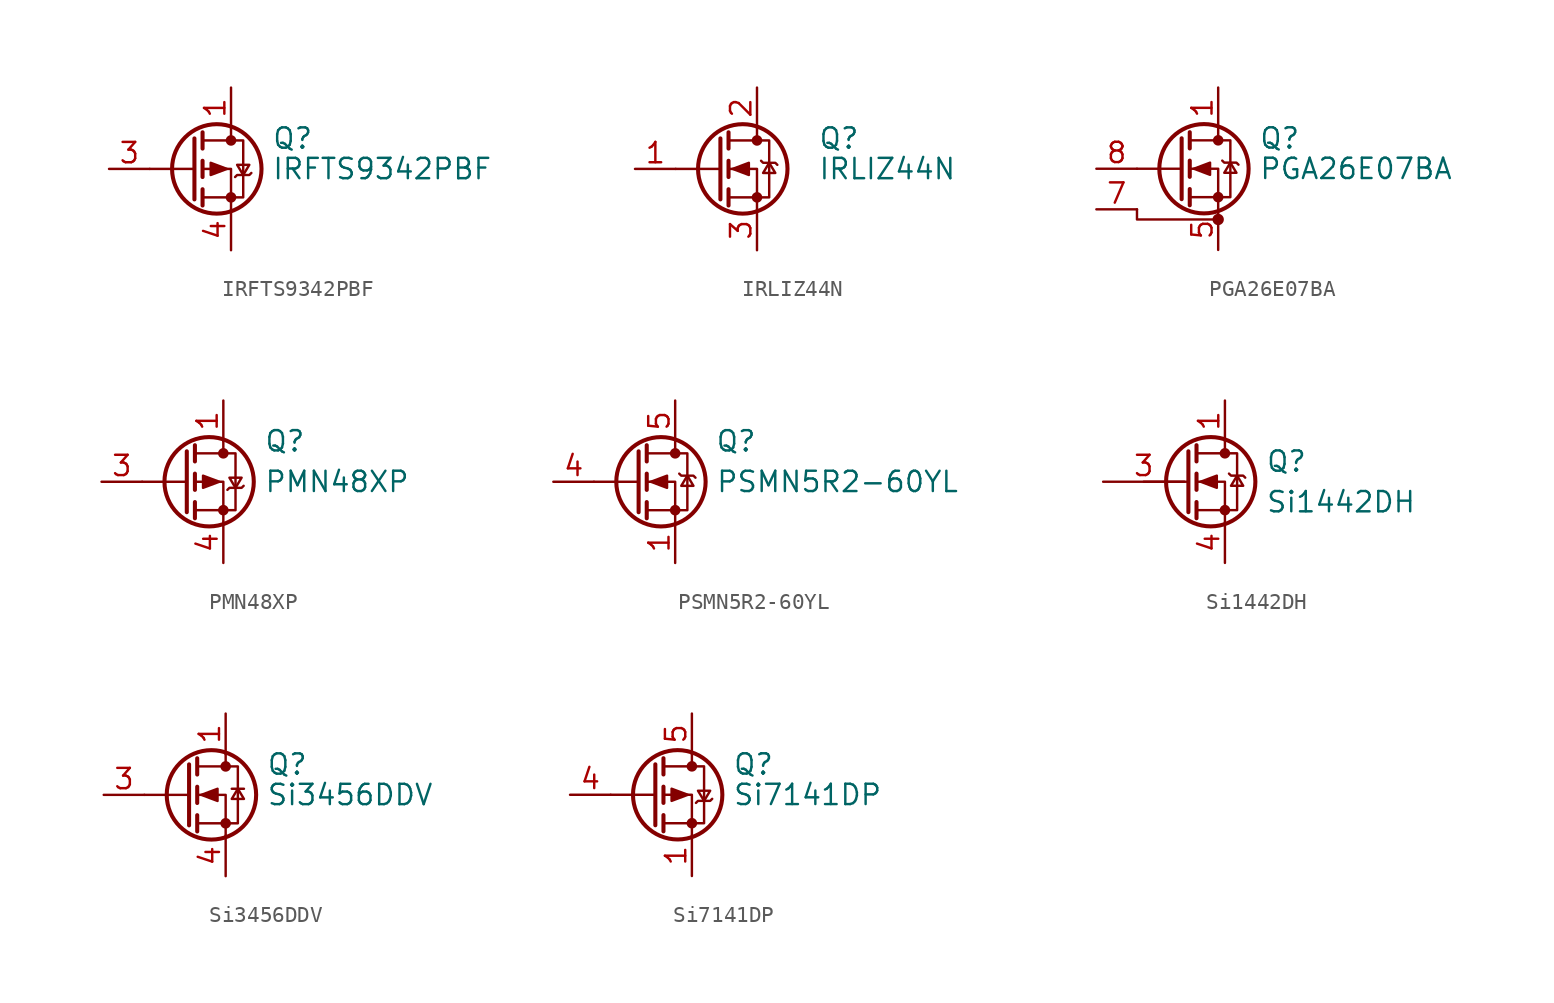
<source format=kicad_sym>
(kicad_symbol_lib
  (version 20210619)
  (generator kicad_symbol_editor)
  (symbol "Transistor_FET:IRFTS9342PBF"
    (pin_names hide)
    (property "Reference" "Q"
      (at 5.08 1.905 0)
      (effects (font (size 1.27 1.27)) (justify left)))
    (property "Value" "IRFTS9342PBF"
      (at 5.08 0 0)
      (effects (font (size 1.27 1.27)) (justify left)))
    (symbol "IRFTS9342PBF_0_1"
      (circle (center 1.651 0) (radius 2.794) (stroke (width 0.254)) (fill (type none)))
      (circle (center 2.54 -1.778) (radius 0.254) (stroke (width 0)) (fill (type outline)))
      (circle (center 2.54 1.778) (radius 0.254) (stroke (width 0)) (fill (type outline)))
      (polyline (pts (xy 0.254 0) (xy -2.54 0)) (stroke (width 0)) (fill (type none)))
      (polyline (pts (xy 0.254 1.905) (xy 0.254 -1.905)) (stroke (width 0.254)) (fill (type none)))
      (polyline (pts (xy 0.762 -1.27) (xy 0.762 -2.286)) (stroke (width 0.254)) (fill (type none)))
      (polyline (pts (xy 0.762 0.508) (xy 0.762 -0.508)) (stroke (width 0.254)) (fill (type none)))
      (polyline (pts (xy 0.762 2.286) (xy 0.762 1.27)) (stroke (width 0.254)) (fill (type none)))
      (polyline (pts (xy 2.54 2.54) (xy 2.54 1.778)) (stroke (width 0)) (fill (type none)))
      (polyline (pts (xy 2.54 -2.54) (xy 2.54 0) (xy 0.762 0)) (stroke (width 0)) (fill (type none)))
      (polyline (pts (xy 0.762 1.778) (xy 3.302 1.778) (xy 3.302 -1.778) (xy 0.762 -1.778)) (stroke (width 0)) (fill (type none)))
      (polyline (pts (xy 2.794 -0.508) (xy 2.921 -0.381) (xy 3.683 -0.381) (xy 3.81 -0.254)) (stroke (width 0)) (fill (type none)))
      (polyline (pts (xy 3.302 -0.381) (xy 2.921 0.254) (xy 3.683 0.254) (xy 3.302 -0.381)) (stroke (width 0)) (fill (type none)))
      (polyline (pts (xy 2.286 0) (xy 1.27 0.381) (xy 1.27 -0.381) (xy 2.286 0)) (stroke (width 0)) (fill (type outline))))
    (symbol "IRFTS9342PBF_1_1"
      (pin passive line (at 2.54 5.08 270) (length 2.54) (name "D" (effects (font (size 1.27 1.27)))) (number "1" (effects (font (size 1.27 1.27)))))
      (pin passive line (at 2.54 5.08 270) (length 2.54) hide (name "D" (effects (font (size 1.27 1.27)))) (number "2" (effects (font (size 1.27 1.27)))))
      (pin input line (at -5.08 0 0) (length 2.54) (name "G" (effects (font (size 1.27 1.27)))) (number "3" (effects (font (size 1.27 1.27)))))
      (pin passive line (at 2.54 -5.08 90) (length 2.54) (name "S" (effects (font (size 1.27 1.27)))) (number "4" (effects (font (size 1.27 1.27)))))
      (pin passive line (at 2.54 5.08 270) (length 2.54) hide (name "D" (effects (font (size 1.27 1.27)))) (number "5" (effects (font (size 1.27 1.27)))))
      (pin passive line (at 2.54 5.08 270) (length 2.54) hide (name "D" (effects (font (size 1.27 1.27)))) (number "6" (effects (font (size 1.27 1.27)))))))
  (symbol "Transistor_FET:IRLIZ44N"
    (pin_names hide)
    (property "Reference" "Q"
      (at 6.35 1.905 0)
      (effects (font (size 1.27 1.27)) (justify left)))
    (property "Value" "IRLIZ44N"
      (at 6.35 0 0)
      (effects (font (size 1.27 1.27)) (justify left)))
    (symbol "IRLIZ44N_0_1"
      (circle (center 1.651 0) (radius 2.794) (stroke (width 0.254)) (fill (type none)))
      (circle (center 2.54 -1.778) (radius 0.254) (stroke (width 0)) (fill (type outline)))
      (circle (center 2.54 1.778) (radius 0.254) (stroke (width 0)) (fill (type outline)))
      (polyline (pts (xy 0.254 0) (xy -2.54 0)) (stroke (width 0)) (fill (type none)))
      (polyline (pts (xy 0.254 1.905) (xy 0.254 -1.905)) (stroke (width 0.254)) (fill (type none)))
      (polyline (pts (xy 0.762 -1.27) (xy 0.762 -2.286)) (stroke (width 0.254)) (fill (type none)))
      (polyline (pts (xy 0.762 0.508) (xy 0.762 -0.508)) (stroke (width 0.254)) (fill (type none)))
      (polyline (pts (xy 0.762 2.286) (xy 0.762 1.27)) (stroke (width 0.254)) (fill (type none)))
      (polyline (pts (xy 2.54 2.54) (xy 2.54 1.778)) (stroke (width 0)) (fill (type none)))
      (polyline (pts (xy 2.54 -2.54) (xy 2.54 0) (xy 0.762 0)) (stroke (width 0)) (fill (type none)))
      (polyline (pts (xy 0.762 -1.778) (xy 3.302 -1.778) (xy 3.302 1.778) (xy 0.762 1.778)) (stroke (width 0)) (fill (type none)))
      (polyline (pts (xy 2.794 0.508) (xy 2.921 0.381) (xy 3.683 0.381) (xy 3.81 0.254)) (stroke (width 0)) (fill (type none)))
      (polyline (pts (xy 3.302 0.381) (xy 2.921 -0.254) (xy 3.683 -0.254) (xy 3.302 0.381)) (stroke (width 0)) (fill (type none)))
      (polyline (pts (xy 1.016 0) (xy 2.032 0.381) (xy 2.032 -0.381) (xy 1.016 0)) (stroke (width 0)) (fill (type outline))))
    (symbol "IRLIZ44N_1_1"
      (pin input line (at -5.08 0 0) (length 2.54) (name "G" (effects (font (size 1.27 1.27)))) (number "1" (effects (font (size 1.27 1.27)))))
      (pin passive line (at 2.54 5.08 270) (length 2.54) (name "D" (effects (font (size 1.27 1.27)))) (number "2" (effects (font (size 1.27 1.27)))))
      (pin passive line (at 2.54 -5.08 90) (length 2.54) (name "S" (effects (font (size 1.27 1.27)))) (number "3" (effects (font (size 1.27 1.27)))))))
  (symbol "Transistor_FET:PGA26E07BA"
    (pin_names hide)
    (property "Reference" "Q"
      (at 5.08 1.905 0)
      (effects (font (size 1.27 1.27)) (justify left)))
    (property "Value" "PGA26E07BA"
      (at 5.08 0 0)
      (effects (font (size 1.27 1.27)) (justify left)))
    (symbol "PGA26E07BA_0_1"
      (circle (center 1.651 0) (radius 2.794) (stroke (width 0.254)) (fill (type none)))
      (circle (center 2.54 -3.175) (radius 0.279) (stroke (width 0)) (fill (type outline)))
      (circle (center 2.54 -1.778) (radius 0.254) (stroke (width 0)) (fill (type outline)))
      (circle (center 2.54 1.778) (radius 0.254) (stroke (width 0)) (fill (type outline)))
      (polyline (pts (xy 0.254 0) (xy -2.54 0)) (stroke (width 0)) (fill (type none)))
      (polyline (pts (xy 0.254 1.905) (xy 0.254 -1.905)) (stroke (width 0.254)) (fill (type none)))
      (polyline (pts (xy 0.762 -1.27) (xy 0.762 -2.286)) (stroke (width 0.254)) (fill (type none)))
      (polyline (pts (xy 0.762 0.508) (xy 0.762 -0.508)) (stroke (width 0.254)) (fill (type none)))
      (polyline (pts (xy 0.762 2.286) (xy 0.762 1.27)) (stroke (width 0.254)) (fill (type none)))
      (polyline (pts (xy 2.54 2.54) (xy 2.54 1.778)) (stroke (width 0)) (fill (type none)))
      (polyline (pts (xy -2.54 -2.54) (xy -2.54 -3.175) (xy 2.54 -3.175)) (stroke (width 0)) (fill (type none)))
      (polyline (pts (xy 2.54 -2.54) (xy 2.54 0) (xy 0.762 0)) (stroke (width 0)) (fill (type none)))
      (polyline (pts (xy 0.762 -1.778) (xy 3.302 -1.778) (xy 3.302 1.778) (xy 0.762 1.778)) (stroke (width 0)) (fill (type none)))
      (polyline (pts (xy 2.794 0.508) (xy 2.921 0.381) (xy 3.683 0.381) (xy 3.81 0.254)) (stroke (width 0)) (fill (type none)))
      (polyline (pts (xy 3.302 0.381) (xy 2.921 -0.254) (xy 3.683 -0.254) (xy 3.302 0.381)) (stroke (width 0)) (fill (type none)))
      (polyline (pts (xy 1.016 0) (xy 2.032 0.381) (xy 2.032 -0.381) (xy 1.016 0)) (stroke (width 0)) (fill (type outline))))
    (symbol "PGA26E07BA_1_1"
      (pin passive line (at 2.54 5.08 270) (length 2.54) (name "D" (effects (font (size 1.27 1.27)))) (number "1" (effects (font (size 1.27 1.27)))))
      (pin passive line (at 2.54 5.08 270) (length 2.54) hide (name "D" (effects (font (size 1.27 1.27)))) (number "2" (effects (font (size 1.27 1.27)))))
      (pin passive line (at 2.54 5.08 270) (length 2.54) hide (name "D" (effects (font (size 1.27 1.27)))) (number "3" (effects (font (size 1.27 1.27)))))
      (pin passive line (at 2.54 5.08 270) (length 2.54) hide (name "D" (effects (font (size 1.27 1.27)))) (number "4" (effects (font (size 1.27 1.27)))))
      (pin passive line (at 2.54 -5.08 90) (length 2.54) (name "S2" (effects (font (size 1.27 1.27)))) (number "5" (effects (font (size 1.27 1.27)))))
      (pin passive line (at 2.54 -5.08 90) (length 2.54) hide (name "S2" (effects (font (size 1.27 1.27)))) (number "6" (effects (font (size 1.27 1.27)))))
      (pin passive line (at -5.08 -2.54 0) (length 2.54) (name "S1" (effects (font (size 1.27 1.27)))) (number "7" (effects (font (size 1.27 1.27)))))
      (pin input line (at -5.08 0 0) (length 2.54) (name "G" (effects (font (size 1.27 1.27)))) (number "8" (effects (font (size 1.27 1.27)))))
      (pin passive line (at 2.54 -5.08 90) (length 2.54) hide (name "S2" (effects (font (size 1.27 1.27)))) (number "9" (effects (font (size 1.27 1.27)))))))
  (symbol "Transistor_FET:PMN48XP"
    (pin_names hide)
    (property "Reference" "Q"
      (at 5.08 2.54 0)
      (effects (font (size 1.27 1.27)) (justify left)))
    (property "Value" "PMN48XP"
      (at 5.08 0 0)
      (effects (font (size 1.27 1.27)) (justify left)))
    (symbol "PMN48XP_0_1"
      (circle (center 1.651 0) (radius 2.794) (stroke (width 0.254)) (fill (type none)))
      (circle (center 2.54 -1.778) (radius 0.254) (stroke (width 0)) (fill (type outline)))
      (circle (center 2.54 1.778) (radius 0.254) (stroke (width 0)) (fill (type outline)))
      (polyline (pts (xy 0.254 0) (xy -2.54 0)) (stroke (width 0)) (fill (type none)))
      (polyline (pts (xy 0.254 1.905) (xy 0.254 -1.905)) (stroke (width 0.254)) (fill (type none)))
      (polyline (pts (xy 0.762 -1.27) (xy 0.762 -2.286)) (stroke (width 0.254)) (fill (type none)))
      (polyline (pts (xy 0.762 0.508) (xy 0.762 -0.508)) (stroke (width 0.254)) (fill (type none)))
      (polyline (pts (xy 0.762 2.286) (xy 0.762 1.27)) (stroke (width 0.254)) (fill (type none)))
      (polyline (pts (xy 2.54 2.54) (xy 2.54 1.778)) (stroke (width 0)) (fill (type none)))
      (polyline (pts (xy 2.54 -2.54) (xy 2.54 0) (xy 0.762 0)) (stroke (width 0)) (fill (type none)))
      (polyline (pts (xy 0.762 1.778) (xy 3.302 1.778) (xy 3.302 -1.778) (xy 0.762 -1.778)) (stroke (width 0)) (fill (type none)))
      (polyline (pts (xy 2.794 -0.508) (xy 2.921 -0.381) (xy 3.683 -0.381) (xy 3.81 -0.254)) (stroke (width 0)) (fill (type none)))
      (polyline (pts (xy 3.302 -0.381) (xy 2.921 0.254) (xy 3.683 0.254) (xy 3.302 -0.381)) (stroke (width 0)) (fill (type none)))
      (polyline (pts (xy 2.286 0) (xy 1.27 0.381) (xy 1.27 -0.381) (xy 2.286 0)) (stroke (width 0)) (fill (type outline))))
    (symbol "PMN48XP_1_1"
      (pin passive line (at 2.54 5.08 270) (length 2.54) (name "D" (effects (font (size 1.27 1.27)))) (number "1" (effects (font (size 1.27 1.27)))))
      (pin passive line (at 2.54 5.08 270) (length 2.54) hide (name "D" (effects (font (size 1.27 1.27)))) (number "2" (effects (font (size 1.27 1.27)))))
      (pin passive line (at -5.08 0 0) (length 2.54) (name "G" (effects (font (size 1.27 1.27)))) (number "3" (effects (font (size 1.27 1.27)))))
      (pin passive line (at 2.54 -5.08 90) (length 2.54) (name "S" (effects (font (size 1.27 1.27)))) (number "4" (effects (font (size 1.27 1.27)))))
      (pin passive line (at 2.54 5.08 270) (length 2.54) hide (name "D" (effects (font (size 1.27 1.27)))) (number "5" (effects (font (size 1.27 1.27)))))
      (pin passive line (at 2.54 5.08 270) (length 2.54) hide (name "D" (effects (font (size 1.27 1.27)))) (number "6" (effects (font (size 1.27 1.27)))))))
  (symbol "Transistor_FET:PSMN5R2-60YL"
    (pin_names hide)
    (property "Reference" "Q"
      (at 6.35 2.54 0)
      (effects (font (size 1.27 1.27))))
    (property "Value" "PSMN5R2-60YL"
      (at 12.7 0 0)
      (effects (font (size 1.27 1.27))))
    (symbol "PSMN5R2-60YL_0_1"
      (circle (center 1.651 0) (radius 2.794) (stroke (width 0.254)) (fill (type none)))
      (circle (center 2.54 -1.778) (radius 0.254) (stroke (width 0)) (fill (type outline)))
      (circle (center 2.54 1.778) (radius 0.254) (stroke (width 0)) (fill (type outline)))
      (polyline (pts (xy 0.254 0) (xy -2.54 0)) (stroke (width 0)) (fill (type none)))
      (polyline (pts (xy 0.254 1.905) (xy 0.254 -1.905)) (stroke (width 0.254)) (fill (type none)))
      (polyline (pts (xy 0.762 -1.27) (xy 0.762 -2.286)) (stroke (width 0.254)) (fill (type none)))
      (polyline (pts (xy 0.762 0.508) (xy 0.762 -0.508)) (stroke (width 0.254)) (fill (type none)))
      (polyline (pts (xy 0.762 2.286) (xy 0.762 1.27)) (stroke (width 0.254)) (fill (type none)))
      (polyline (pts (xy 2.54 2.54) (xy 2.54 1.778)) (stroke (width 0)) (fill (type none)))
      (polyline (pts (xy 2.54 -2.54) (xy 2.54 0) (xy 0.762 0)) (stroke (width 0)) (fill (type none)))
      (polyline (pts (xy 0.762 -1.778) (xy 3.302 -1.778) (xy 3.302 1.778) (xy 0.762 1.778)) (stroke (width 0)) (fill (type none)))
      (polyline (pts (xy 2.794 0.508) (xy 2.921 0.381) (xy 3.683 0.381) (xy 3.81 0.254)) (stroke (width 0)) (fill (type none)))
      (polyline (pts (xy 3.302 0.381) (xy 2.921 -0.254) (xy 3.683 -0.254) (xy 3.302 0.381)) (stroke (width 0)) (fill (type none)))
      (polyline (pts (xy 1.016 0) (xy 2.032 0.381) (xy 2.032 -0.381) (xy 1.016 0)) (stroke (width 0)) (fill (type outline))))
    (symbol "PSMN5R2-60YL_1_1"
      (pin passive line (at 2.54 -5.08 90) (length 2.54) (name "S" (effects (font (size 1.27 1.27)))) (number "1" (effects (font (size 1.27 1.27)))))
      (pin passive line (at 2.54 -5.08 90) (length 2.54) hide (name "S" (effects (font (size 1.27 1.27)))) (number "2" (effects (font (size 1.27 1.27)))))
      (pin passive line (at 2.54 -5.08 90) (length 2.54) hide (name "S" (effects (font (size 1.27 1.27)))) (number "3" (effects (font (size 1.27 1.27)))))
      (pin passive line (at -5.08 0 0) (length 2.54) (name "G" (effects (font (size 1.27 1.27)))) (number "4" (effects (font (size 1.27 1.27)))))
      (pin passive line (at 2.54 5.08 270) (length 2.54) (name "D" (effects (font (size 1.27 1.27)))) (number "5" (effects (font (size 1.27 1.27)))))))
  (symbol "Transistor_FET:Si1442DH"
    (pin_names hide)
    (property "Reference" "Q"
      (at 5.08 1.27 0)
      (effects (font (size 1.27 1.27)) (justify left)))
    (property "Value" "Si1442DH"
      (at 5.08 -1.27 0)
      (effects (font (size 1.27 1.27)) (justify left)))
    (symbol "Si1442DH_0_1"
      (circle (center 1.651 0) (radius 2.794) (stroke (width 0.254)) (fill (type none)))
      (circle (center 2.54 -1.778) (radius 0.254) (stroke (width 0)) (fill (type outline)))
      (circle (center 2.54 1.778) (radius 0.254) (stroke (width 0)) (fill (type outline)))
      (polyline (pts (xy 0.254 0) (xy -2.54 0)) (stroke (width 0)) (fill (type none)))
      (polyline (pts (xy 0.254 1.905) (xy 0.254 -1.905)) (stroke (width 0.254)) (fill (type none)))
      (polyline (pts (xy 0.762 -1.27) (xy 0.762 -2.286)) (stroke (width 0.254)) (fill (type none)))
      (polyline (pts (xy 0.762 0.508) (xy 0.762 -0.508)) (stroke (width 0.254)) (fill (type none)))
      (polyline (pts (xy 0.762 2.286) (xy 0.762 1.27)) (stroke (width 0.254)) (fill (type none)))
      (polyline (pts (xy 2.54 2.54) (xy 2.54 1.778)) (stroke (width 0)) (fill (type none)))
      (polyline (pts (xy 2.54 -2.54) (xy 2.54 0) (xy 0.762 0)) (stroke (width 0)) (fill (type none)))
      (polyline (pts (xy 0.762 -1.778) (xy 3.302 -1.778) (xy 3.302 1.778) (xy 0.762 1.778)) (stroke (width 0)) (fill (type none)))
      (polyline (pts (xy 2.794 0.508) (xy 2.921 0.381) (xy 3.683 0.381) (xy 3.81 0.254)) (stroke (width 0)) (fill (type none)))
      (polyline (pts (xy 3.302 0.381) (xy 2.921 -0.254) (xy 3.683 -0.254) (xy 3.302 0.381)) (stroke (width 0)) (fill (type none)))
      (polyline (pts (xy 1.016 0) (xy 2.032 0.381) (xy 2.032 -0.381) (xy 1.016 0)) (stroke (width 0)) (fill (type outline))))
    (symbol "Si1442DH_1_1"
      (pin passive line (at 2.54 5.08 270) (length 2.54) (name "D" (effects (font (size 1.27 1.27)))) (number "1" (effects (font (size 1.27 1.27)))))
      (pin passive line (at 2.54 5.08 270) (length 2.54) hide (name "D" (effects (font (size 1.27 1.27)))) (number "2" (effects (font (size 1.27 1.27)))))
      (pin input line (at -5.08 0 0) (length 5.08) (name "G" (effects (font (size 1.27 1.27)))) (number "3" (effects (font (size 1.27 1.27)))))
      (pin passive line (at 2.54 -5.08 90) (length 2.54) (name "S" (effects (font (size 1.27 1.27)))) (number "4" (effects (font (size 1.27 1.27)))))
      (pin passive line (at 2.54 5.08 270) (length 2.54) hide (name "D" (effects (font (size 1.27 1.27)))) (number "5" (effects (font (size 1.27 1.27)))))
      (pin passive line (at 2.54 5.08 270) (length 2.54) hide (name "D" (effects (font (size 1.27 1.27)))) (number "6" (effects (font (size 1.27 1.27)))))))
  (symbol "Transistor_FET:Si3456DDV"
    (pin_names hide)
    (property "Reference" "Q"
      (at 5.08 1.905 0)
      (effects (font (size 1.27 1.27)) (justify left)))
    (property "Value" "Si3456DDV"
      (at 5.08 0 0)
      (effects (font (size 1.27 1.27)) (justify left)))
    (symbol "Si3456DDV_0_1"
      (circle (center 1.651 0) (radius 2.794) (stroke (width 0.254)) (fill (type none)))
      (circle (center 2.54 -1.778) (radius 0.254) (stroke (width 0)) (fill (type outline)))
      (circle (center 2.54 1.778) (radius 0.254) (stroke (width 0)) (fill (type outline)))
      (polyline (pts (xy 0.254 0) (xy -2.54 0)) (stroke (width 0)) (fill (type none)))
      (polyline (pts (xy 0.254 1.905) (xy 0.254 -1.905)) (stroke (width 0.254)) (fill (type none)))
      (polyline (pts (xy 0.762 -1.27) (xy 0.762 -2.286)) (stroke (width 0.254)) (fill (type none)))
      (polyline (pts (xy 0.762 0.508) (xy 0.762 -0.508)) (stroke (width 0.254)) (fill (type none)))
      (polyline (pts (xy 0.762 2.286) (xy 0.762 1.27)) (stroke (width 0.254)) (fill (type none)))
      (polyline (pts (xy 2.54 2.54) (xy 2.54 1.778)) (stroke (width 0)) (fill (type none)))
      (polyline (pts (xy 2.921 0.381) (xy 3.683 0.381)) (stroke (width 0)) (fill (type none)))
      (polyline (pts (xy 2.54 -2.54) (xy 2.54 0) (xy 0.762 0)) (stroke (width 0)) (fill (type none)))
      (polyline (pts (xy 0.762 -1.778) (xy 3.302 -1.778) (xy 3.302 1.778) (xy 0.762 1.778)) (stroke (width 0)) (fill (type none)))
      (polyline (pts (xy 3.302 0.381) (xy 2.921 -0.254) (xy 3.683 -0.254) (xy 3.302 0.381)) (stroke (width 0)) (fill (type none)))
      (polyline (pts (xy 1.016 0) (xy 2.032 0.381) (xy 2.032 -0.381) (xy 1.016 0)) (stroke (width 0)) (fill (type outline))))
    (symbol "Si3456DDV_1_1"
      (pin passive line (at 2.54 5.08 270) (length 2.54) (name "D" (effects (font (size 1.27 1.27)))) (number "1" (effects (font (size 1.27 1.27)))))
      (pin passive line (at 2.54 5.08 270) (length 2.54) hide (name "D" (effects (font (size 1.27 1.27)))) (number "2" (effects (font (size 1.27 1.27)))))
      (pin input line (at -5.08 0 0) (length 2.54) (name "G" (effects (font (size 1.27 1.27)))) (number "3" (effects (font (size 1.27 1.27)))))
      (pin passive line (at 2.54 -5.08 90) (length 2.54) (name "S" (effects (font (size 1.27 1.27)))) (number "4" (effects (font (size 1.27 1.27)))))
      (pin passive line (at 2.54 5.08 270) (length 2.54) hide (name "D" (effects (font (size 1.27 1.27)))) (number "5" (effects (font (size 1.27 1.27)))))
      (pin passive line (at 2.54 5.08 270) (length 2.54) hide (name "D" (effects (font (size 1.27 1.27)))) (number "6" (effects (font (size 1.27 1.27)))))))
  (symbol "Transistor_FET:Si7141DP"
    (pin_names hide)
    (property "Reference" "Q"
      (at 5.08 1.905 0)
      (effects (font (size 1.27 1.27)) (justify left)))
    (property "Value" "Si7141DP"
      (at 5.08 0 0)
      (effects (font (size 1.27 1.27)) (justify left)))
    (symbol "Si7141DP_0_1"
      (circle (center 1.651 0) (radius 2.794) (stroke (width 0.254)) (fill (type none)))
      (circle (center 2.54 -1.778) (radius 0.254) (stroke (width 0)) (fill (type outline)))
      (circle (center 2.54 1.778) (radius 0.254) (stroke (width 0)) (fill (type outline)))
      (polyline (pts (xy 0.254 0) (xy -2.54 0)) (stroke (width 0)) (fill (type none)))
      (polyline (pts (xy 0.254 1.905) (xy 0.254 -1.905)) (stroke (width 0.254)) (fill (type none)))
      (polyline (pts (xy 0.762 -1.27) (xy 0.762 -2.286)) (stroke (width 0.254)) (fill (type none)))
      (polyline (pts (xy 0.762 0.508) (xy 0.762 -0.508)) (stroke (width 0.254)) (fill (type none)))
      (polyline (pts (xy 0.762 2.286) (xy 0.762 1.27)) (stroke (width 0.254)) (fill (type none)))
      (polyline (pts (xy 2.54 2.54) (xy 2.54 1.778)) (stroke (width 0)) (fill (type none)))
      (polyline (pts (xy 2.54 -2.54) (xy 2.54 0) (xy 0.762 0)) (stroke (width 0)) (fill (type none)))
      (polyline (pts (xy 0.762 1.778) (xy 3.302 1.778) (xy 3.302 -1.778) (xy 0.762 -1.778)) (stroke (width 0)) (fill (type none)))
      (polyline (pts (xy 2.794 -0.508) (xy 2.921 -0.381) (xy 3.683 -0.381) (xy 3.81 -0.254)) (stroke (width 0)) (fill (type none)))
      (polyline (pts (xy 3.302 -0.381) (xy 2.921 0.254) (xy 3.683 0.254) (xy 3.302 -0.381)) (stroke (width 0)) (fill (type none)))
      (polyline (pts (xy 2.286 0) (xy 1.27 0.381) (xy 1.27 -0.381) (xy 2.286 0)) (stroke (width 0)) (fill (type outline))))
    (symbol "Si7141DP_1_1"
      (pin passive line (at 2.54 -5.08 90) (length 2.54) (name "S" (effects (font (size 1.27 1.27)))) (number "1" (effects (font (size 1.27 1.27)))))
      (pin passive line (at 2.54 -5.08 90) (length 2.54) hide (name "S" (effects (font (size 1.27 1.27)))) (number "2" (effects (font (size 1.27 1.27)))))
      (pin passive line (at 2.54 -5.08 90) (length 2.54) hide (name "S" (effects (font (size 1.27 1.27)))) (number "3" (effects (font (size 1.27 1.27)))))
      (pin input line (at -5.08 0 0) (length 2.54) (name "G" (effects (font (size 1.27 1.27)))) (number "4" (effects (font (size 1.27 1.27)))))
      (pin passive line (at 2.54 5.08 270) (length 2.54) (name "D" (effects (font (size 1.27 1.27)))) (number "5" (effects (font (size 1.27 1.27))))))))
</source>
